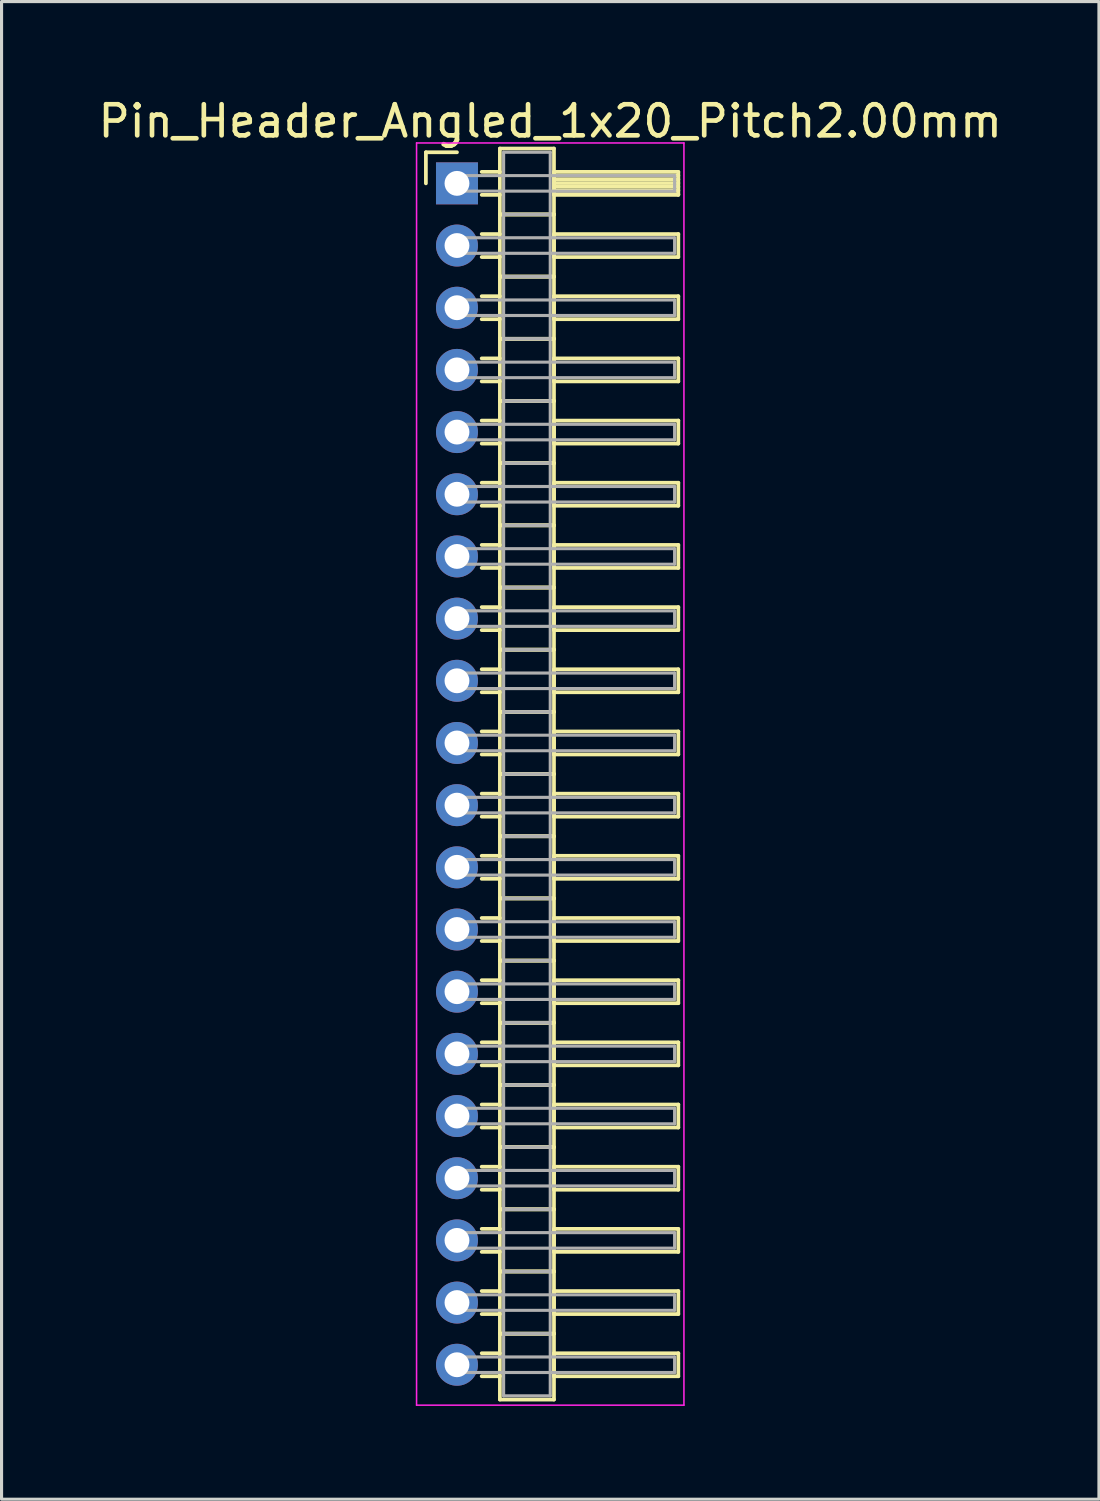
<source format=kicad_pcb>
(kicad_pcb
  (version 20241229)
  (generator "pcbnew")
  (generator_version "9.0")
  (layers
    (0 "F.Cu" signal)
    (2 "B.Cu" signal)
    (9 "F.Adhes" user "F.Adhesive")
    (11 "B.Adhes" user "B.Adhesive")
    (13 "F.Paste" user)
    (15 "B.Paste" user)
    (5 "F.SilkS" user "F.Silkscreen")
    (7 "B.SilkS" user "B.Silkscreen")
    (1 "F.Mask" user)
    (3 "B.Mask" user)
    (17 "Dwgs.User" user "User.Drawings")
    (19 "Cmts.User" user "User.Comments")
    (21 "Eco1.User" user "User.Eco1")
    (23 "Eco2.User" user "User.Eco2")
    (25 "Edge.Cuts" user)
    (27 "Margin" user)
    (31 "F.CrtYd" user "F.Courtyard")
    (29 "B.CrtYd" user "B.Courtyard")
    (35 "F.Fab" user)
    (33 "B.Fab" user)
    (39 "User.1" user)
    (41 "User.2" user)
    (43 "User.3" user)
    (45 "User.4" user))
  (footprint "Pin_Header_Angled_1x20_Pitch2.00mm"
    (layer "F.Cu")
    (at 11.649 2.848)
    (property "Reference" "Pin_Header_Angled_1x20_Pitch2.00mm" (at 3 -2 0) (layer "F.SilkS") (effects (font (size 1 1) (thickness 0.15))))
    (attr through_hole)
    (fp_line (start -1 -1) (end 0 -1) (stroke (width 0.12) (type solid)) (layer "F.SilkS"))
    (fp_line (start -1 0) (end -1 -1) (stroke (width 0.12) (type solid)) (layer "F.SilkS"))
    (fp_line (start 0.795 -0.37) (end 1.38 -0.37) (stroke (width 0.12) (type solid)) (layer "F.SilkS"))
    (fp_line (start 0.795 0.37) (end 1.38 0.37) (stroke (width 0.12) (type solid)) (layer "F.SilkS"))
    (fp_line (start 0.795 1.63) (end 1.38 1.63) (stroke (width 0.12) (type solid)) (layer "F.SilkS"))
    (fp_line (start 0.795 2.37) (end 1.38 2.37) (stroke (width 0.12) (type solid)) (layer "F.SilkS"))
    (fp_line (start 0.795 3.63) (end 1.38 3.63) (stroke (width 0.12) (type solid)) (layer "F.SilkS"))
    (fp_line (start 0.795 4.37) (end 1.38 4.37) (stroke (width 0.12) (type solid)) (layer "F.SilkS"))
    (fp_line (start 0.795 5.63) (end 1.38 5.63) (stroke (width 0.12) (type solid)) (layer "F.SilkS"))
    (fp_line (start 0.795 6.37) (end 1.38 6.37) (stroke (width 0.12) (type solid)) (layer "F.SilkS"))
    (fp_line (start 0.795 7.63) (end 1.38 7.63) (stroke (width 0.12) (type solid)) (layer "F.SilkS"))
    (fp_line (start 0.795 8.37) (end 1.38 8.37) (stroke (width 0.12) (type solid)) (layer "F.SilkS"))
    (fp_line (start 0.795 9.63) (end 1.38 9.63) (stroke (width 0.12) (type solid)) (layer "F.SilkS"))
    (fp_line (start 0.795 10.37) (end 1.38 10.37) (stroke (width 0.12) (type solid)) (layer "F.SilkS"))
    (fp_line (start 0.795 11.63) (end 1.38 11.63) (stroke (width 0.12) (type solid)) (layer "F.SilkS"))
    (fp_line (start 0.795 12.37) (end 1.38 12.37) (stroke (width 0.12) (type solid)) (layer "F.SilkS"))
    (fp_line (start 0.795 13.63) (end 1.38 13.63) (stroke (width 0.12) (type solid)) (layer "F.SilkS"))
    (fp_line (start 0.795 14.37) (end 1.38 14.37) (stroke (width 0.12) (type solid)) (layer "F.SilkS"))
    (fp_line (start 0.795 15.63) (end 1.38 15.63) (stroke (width 0.12) (type solid)) (layer "F.SilkS"))
    (fp_line (start 0.795 16.37) (end 1.38 16.37) (stroke (width 0.12) (type solid)) (layer "F.SilkS"))
    (fp_line (start 0.795 17.63) (end 1.38 17.63) (stroke (width 0.12) (type solid)) (layer "F.SilkS"))
    (fp_line (start 0.795 18.37) (end 1.38 18.37) (stroke (width 0.12) (type solid)) (layer "F.SilkS"))
    (fp_line (start 0.795 19.63) (end 1.38 19.63) (stroke (width 0.12) (type solid)) (layer "F.SilkS"))
    (fp_line (start 0.795 20.37) (end 1.38 20.37) (stroke (width 0.12) (type solid)) (layer "F.SilkS"))
    (fp_line (start 0.795 21.63) (end 1.38 21.63) (stroke (width 0.12) (type solid)) (layer "F.SilkS"))
    (fp_line (start 0.795 22.37) (end 1.38 22.37) (stroke (width 0.12) (type solid)) (layer "F.SilkS"))
    (fp_line (start 0.795 23.63) (end 1.38 23.63) (stroke (width 0.12) (type solid)) (layer "F.SilkS"))
    (fp_line (start 0.795 24.37) (end 1.38 24.37) (stroke (width 0.12) (type solid)) (layer "F.SilkS"))
    (fp_line (start 0.795 25.63) (end 1.38 25.63) (stroke (width 0.12) (type solid)) (layer "F.SilkS"))
    (fp_line (start 0.795 26.37) (end 1.38 26.37) (stroke (width 0.12) (type solid)) (layer "F.SilkS"))
    (fp_line (start 0.795 27.63) (end 1.38 27.63) (stroke (width 0.12) (type solid)) (layer "F.SilkS"))
    (fp_line (start 0.795 28.37) (end 1.38 28.37) (stroke (width 0.12) (type solid)) (layer "F.SilkS"))
    (fp_line (start 0.795 29.63) (end 1.38 29.63) (stroke (width 0.12) (type solid)) (layer "F.SilkS"))
    (fp_line (start 0.795 30.37) (end 1.38 30.37) (stroke (width 0.12) (type solid)) (layer "F.SilkS"))
    (fp_line (start 0.795 31.63) (end 1.38 31.63) (stroke (width 0.12) (type solid)) (layer "F.SilkS"))
    (fp_line (start 0.795 32.37) (end 1.38 32.37) (stroke (width 0.12) (type solid)) (layer "F.SilkS"))
    (fp_line (start 0.795 33.63) (end 1.38 33.63) (stroke (width 0.12) (type solid)) (layer "F.SilkS"))
    (fp_line (start 0.795 34.37) (end 1.38 34.37) (stroke (width 0.12) (type solid)) (layer "F.SilkS"))
    (fp_line (start 0.795 35.63) (end 1.38 35.63) (stroke (width 0.12) (type solid)) (layer "F.SilkS"))
    (fp_line (start 0.795 36.37) (end 1.38 36.37) (stroke (width 0.12) (type solid)) (layer "F.SilkS"))
    (fp_line (start 0.795 37.63) (end 1.38 37.63) (stroke (width 0.12) (type solid)) (layer "F.SilkS"))
    (fp_line (start 0.795 38.37) (end 1.38 38.37) (stroke (width 0.12) (type solid)) (layer "F.SilkS"))
    (fp_line (start 1.38 -1.12) (end 1.38 1) (stroke (width 0.12) (type solid)) (layer "F.SilkS"))
    (fp_line (start 1.38 1) (end 1.38 3) (stroke (width 0.12) (type solid)) (layer "F.SilkS"))
    (fp_line (start 1.38 1) (end 3.12 1) (stroke (width 0.12) (type solid)) (layer "F.SilkS"))
    (fp_line (start 1.38 3) (end 1.38 5) (stroke (width 0.12) (type solid)) (layer "F.SilkS"))
    (fp_line (start 1.38 3) (end 3.12 3) (stroke (width 0.12) (type solid)) (layer "F.SilkS"))
    (fp_line (start 1.38 5) (end 1.38 7) (stroke (width 0.12) (type solid)) (layer "F.SilkS"))
    (fp_line (start 1.38 5) (end 3.12 5) (stroke (width 0.12) (type solid)) (layer "F.SilkS"))
    (fp_line (start 1.38 7) (end 1.38 9) (stroke (width 0.12) (type solid)) (layer "F.SilkS"))
    (fp_line (start 1.38 7) (end 3.12 7) (stroke (width 0.12) (type solid)) (layer "F.SilkS"))
    (fp_line (start 1.38 9) (end 1.38 11) (stroke (width 0.12) (type solid)) (layer "F.SilkS"))
    (fp_line (start 1.38 9) (end 3.12 9) (stroke (width 0.12) (type solid)) (layer "F.SilkS"))
    (fp_line (start 1.38 11) (end 1.38 13) (stroke (width 0.12) (type solid)) (layer "F.SilkS"))
    (fp_line (start 1.38 11) (end 3.12 11) (stroke (width 0.12) (type solid)) (layer "F.SilkS"))
    (fp_line (start 1.38 13) (end 1.38 15) (stroke (width 0.12) (type solid)) (layer "F.SilkS"))
    (fp_line (start 1.38 13) (end 3.12 13) (stroke (width 0.12) (type solid)) (layer "F.SilkS"))
    (fp_line (start 1.38 15) (end 1.38 17) (stroke (width 0.12) (type solid)) (layer "F.SilkS"))
    (fp_line (start 1.38 15) (end 3.12 15) (stroke (width 0.12) (type solid)) (layer "F.SilkS"))
    (fp_line (start 1.38 17) (end 1.38 19) (stroke (width 0.12) (type solid)) (layer "F.SilkS"))
    (fp_line (start 1.38 17) (end 3.12 17) (stroke (width 0.12) (type solid)) (layer "F.SilkS"))
    (fp_line (start 1.38 19) (end 1.38 21) (stroke (width 0.12) (type solid)) (layer "F.SilkS"))
    (fp_line (start 1.38 19) (end 3.12 19) (stroke (width 0.12) (type solid)) (layer "F.SilkS"))
    (fp_line (start 1.38 21) (end 1.38 23) (stroke (width 0.12) (type solid)) (layer "F.SilkS"))
    (fp_line (start 1.38 21) (end 3.12 21) (stroke (width 0.12) (type solid)) (layer "F.SilkS"))
    (fp_line (start 1.38 23) (end 1.38 25) (stroke (width 0.12) (type solid)) (layer "F.SilkS"))
    (fp_line (start 1.38 23) (end 3.12 23) (stroke (width 0.12) (type solid)) (layer "F.SilkS"))
    (fp_line (start 1.38 25) (end 1.38 27) (stroke (width 0.12) (type solid)) (layer "F.SilkS"))
    (fp_line (start 1.38 25) (end 3.12 25) (stroke (width 0.12) (type solid)) (layer "F.SilkS"))
    (fp_line (start 1.38 27) (end 1.38 29) (stroke (width 0.12) (type solid)) (layer "F.SilkS"))
    (fp_line (start 1.38 27) (end 3.12 27) (stroke (width 0.12) (type solid)) (layer "F.SilkS"))
    (fp_line (start 1.38 29) (end 1.38 31) (stroke (width 0.12) (type solid)) (layer "F.SilkS"))
    (fp_line (start 1.38 29) (end 3.12 29) (stroke (width 0.12) (type solid)) (layer "F.SilkS"))
    (fp_line (start 1.38 31) (end 1.38 33) (stroke (width 0.12) (type solid)) (layer "F.SilkS"))
    (fp_line (start 1.38 31) (end 3.12 31) (stroke (width 0.12) (type solid)) (layer "F.SilkS"))
    (fp_line (start 1.38 33) (end 1.38 35) (stroke (width 0.12) (type solid)) (layer "F.SilkS"))
    (fp_line (start 1.38 33) (end 3.12 33) (stroke (width 0.12) (type solid)) (layer "F.SilkS"))
    (fp_line (start 1.38 35) (end 1.38 37) (stroke (width 0.12) (type solid)) (layer "F.SilkS"))
    (fp_line (start 1.38 35) (end 3.12 35) (stroke (width 0.12) (type solid)) (layer "F.SilkS"))
    (fp_line (start 1.38 37) (end 1.38 39.12) (stroke (width 0.12) (type solid)) (layer "F.SilkS"))
    (fp_line (start 1.38 37) (end 3.12 37) (stroke (width 0.12) (type solid)) (layer "F.SilkS"))
    (fp_line (start 1.38 39.12) (end 3.12 39.12) (stroke (width 0.12) (type solid)) (layer "F.SilkS"))
    (fp_line (start 3.12 -1.12) (end 1.38 -1.12) (stroke (width 0.12) (type solid)) (layer "F.SilkS"))
    (fp_line (start 3.12 -0.37) (end 3.12 0.37) (stroke (width 0.12) (type solid)) (layer "F.SilkS"))
    (fp_line (start 3.12 -0.25) (end 7.12 -0.25) (stroke (width 0.12) (type solid)) (layer "F.SilkS"))
    (fp_line (start 3.12 -0.13) (end 7.12 -0.13) (stroke (width 0.12) (type solid)) (layer "F.SilkS"))
    (fp_line (start 3.12 -0.01) (end 7.12 -0.01) (stroke (width 0.12) (type solid)) (layer "F.SilkS"))
    (fp_line (start 3.12 0.11) (end 7.12 0.11) (stroke (width 0.12) (type solid)) (layer "F.SilkS"))
    (fp_line (start 3.12 0.23) (end 7.12 0.23) (stroke (width 0.12) (type solid)) (layer "F.SilkS"))
    (fp_line (start 3.12 0.35) (end 7.12 0.35) (stroke (width 0.12) (type solid)) (layer "F.SilkS"))
    (fp_line (start 3.12 0.37) (end 7.12 0.37) (stroke (width 0.12) (type solid)) (layer "F.SilkS"))
    (fp_line (start 3.12 1) (end 1.38 1) (stroke (width 0.12) (type solid)) (layer "F.SilkS"))
    (fp_line (start 3.12 1) (end 3.12 -1.12) (stroke (width 0.12) (type solid)) (layer "F.SilkS"))
    (fp_line (start 3.12 1.63) (end 3.12 2.37) (stroke (width 0.12) (type solid)) (layer "F.SilkS"))
    (fp_line (start 3.12 2.37) (end 7.12 2.37) (stroke (width 0.12) (type solid)) (layer "F.SilkS"))
    (fp_line (start 3.12 3) (end 1.38 3) (stroke (width 0.12) (type solid)) (layer "F.SilkS"))
    (fp_line (start 3.12 3) (end 3.12 1) (stroke (width 0.12) (type solid)) (layer "F.SilkS"))
    (fp_line (start 3.12 3.63) (end 3.12 4.37) (stroke (width 0.12) (type solid)) (layer "F.SilkS"))
    (fp_line (start 3.12 4.37) (end 7.12 4.37) (stroke (width 0.12) (type solid)) (layer "F.SilkS"))
    (fp_line (start 3.12 5) (end 1.38 5) (stroke (width 0.12) (type solid)) (layer "F.SilkS"))
    (fp_line (start 3.12 5) (end 3.12 3) (stroke (width 0.12) (type solid)) (layer "F.SilkS"))
    (fp_line (start 3.12 5.63) (end 3.12 6.37) (stroke (width 0.12) (type solid)) (layer "F.SilkS"))
    (fp_line (start 3.12 6.37) (end 7.12 6.37) (stroke (width 0.12) (type solid)) (layer "F.SilkS"))
    (fp_line (start 3.12 7) (end 1.38 7) (stroke (width 0.12) (type solid)) (layer "F.SilkS"))
    (fp_line (start 3.12 7) (end 3.12 5) (stroke (width 0.12) (type solid)) (layer "F.SilkS"))
    (fp_line (start 3.12 7.63) (end 3.12 8.37) (stroke (width 0.12) (type solid)) (layer "F.SilkS"))
    (fp_line (start 3.12 8.37) (end 7.12 8.37) (stroke (width 0.12) (type solid)) (layer "F.SilkS"))
    (fp_line (start 3.12 9) (end 1.38 9) (stroke (width 0.12) (type solid)) (layer "F.SilkS"))
    (fp_line (start 3.12 9) (end 3.12 7) (stroke (width 0.12) (type solid)) (layer "F.SilkS"))
    (fp_line (start 3.12 9.63) (end 3.12 10.37) (stroke (width 0.12) (type solid)) (layer "F.SilkS"))
    (fp_line (start 3.12 10.37) (end 7.12 10.37) (stroke (width 0.12) (type solid)) (layer "F.SilkS"))
    (fp_line (start 3.12 11) (end 1.38 11) (stroke (width 0.12) (type solid)) (layer "F.SilkS"))
    (fp_line (start 3.12 11) (end 3.12 9) (stroke (width 0.12) (type solid)) (layer "F.SilkS"))
    (fp_line (start 3.12 11.63) (end 3.12 12.37) (stroke (width 0.12) (type solid)) (layer "F.SilkS"))
    (fp_line (start 3.12 12.37) (end 7.12 12.37) (stroke (width 0.12) (type solid)) (layer "F.SilkS"))
    (fp_line (start 3.12 13) (end 1.38 13) (stroke (width 0.12) (type solid)) (layer "F.SilkS"))
    (fp_line (start 3.12 13) (end 3.12 11) (stroke (width 0.12) (type solid)) (layer "F.SilkS"))
    (fp_line (start 3.12 13.63) (end 3.12 14.37) (stroke (width 0.12) (type solid)) (layer "F.SilkS"))
    (fp_line (start 3.12 14.37) (end 7.12 14.37) (stroke (width 0.12) (type solid)) (layer "F.SilkS"))
    (fp_line (start 3.12 15) (end 1.38 15) (stroke (width 0.12) (type solid)) (layer "F.SilkS"))
    (fp_line (start 3.12 15) (end 3.12 13) (stroke (width 0.12) (type solid)) (layer "F.SilkS"))
    (fp_line (start 3.12 15.63) (end 3.12 16.37) (stroke (width 0.12) (type solid)) (layer "F.SilkS"))
    (fp_line (start 3.12 16.37) (end 7.12 16.37) (stroke (width 0.12) (type solid)) (layer "F.SilkS"))
    (fp_line (start 3.12 17) (end 1.38 17) (stroke (width 0.12) (type solid)) (layer "F.SilkS"))
    (fp_line (start 3.12 17) (end 3.12 15) (stroke (width 0.12) (type solid)) (layer "F.SilkS"))
    (fp_line (start 3.12 17.63) (end 3.12 18.37) (stroke (width 0.12) (type solid)) (layer "F.SilkS"))
    (fp_line (start 3.12 18.37) (end 7.12 18.37) (stroke (width 0.12) (type solid)) (layer "F.SilkS"))
    (fp_line (start 3.12 19) (end 1.38 19) (stroke (width 0.12) (type solid)) (layer "F.SilkS"))
    (fp_line (start 3.12 19) (end 3.12 17) (stroke (width 0.12) (type solid)) (layer "F.SilkS"))
    (fp_line (start 3.12 19.63) (end 3.12 20.37) (stroke (width 0.12) (type solid)) (layer "F.SilkS"))
    (fp_line (start 3.12 20.37) (end 7.12 20.37) (stroke (width 0.12) (type solid)) (layer "F.SilkS"))
    (fp_line (start 3.12 21) (end 1.38 21) (stroke (width 0.12) (type solid)) (layer "F.SilkS"))
    (fp_line (start 3.12 21) (end 3.12 19) (stroke (width 0.12) (type solid)) (layer "F.SilkS"))
    (fp_line (start 3.12 21.63) (end 3.12 22.37) (stroke (width 0.12) (type solid)) (layer "F.SilkS"))
    (fp_line (start 3.12 22.37) (end 7.12 22.37) (stroke (width 0.12) (type solid)) (layer "F.SilkS"))
    (fp_line (start 3.12 23) (end 1.38 23) (stroke (width 0.12) (type solid)) (layer "F.SilkS"))
    (fp_line (start 3.12 23) (end 3.12 21) (stroke (width 0.12) (type solid)) (layer "F.SilkS"))
    (fp_line (start 3.12 23.63) (end 3.12 24.37) (stroke (width 0.12) (type solid)) (layer "F.SilkS"))
    (fp_line (start 3.12 24.37) (end 7.12 24.37) (stroke (width 0.12) (type solid)) (layer "F.SilkS"))
    (fp_line (start 3.12 25) (end 1.38 25) (stroke (width 0.12) (type solid)) (layer "F.SilkS"))
    (fp_line (start 3.12 25) (end 3.12 23) (stroke (width 0.12) (type solid)) (layer "F.SilkS"))
    (fp_line (start 3.12 25.63) (end 3.12 26.37) (stroke (width 0.12) (type solid)) (layer "F.SilkS"))
    (fp_line (start 3.12 26.37) (end 7.12 26.37) (stroke (width 0.12) (type solid)) (layer "F.SilkS"))
    (fp_line (start 3.12 27) (end 1.38 27) (stroke (width 0.12) (type solid)) (layer "F.SilkS"))
    (fp_line (start 3.12 27) (end 3.12 25) (stroke (width 0.12) (type solid)) (layer "F.SilkS"))
    (fp_line (start 3.12 27.63) (end 3.12 28.37) (stroke (width 0.12) (type solid)) (layer "F.SilkS"))
    (fp_line (start 3.12 28.37) (end 7.12 28.37) (stroke (width 0.12) (type solid)) (layer "F.SilkS"))
    (fp_line (start 3.12 29) (end 1.38 29) (stroke (width 0.12) (type solid)) (layer "F.SilkS"))
    (fp_line (start 3.12 29) (end 3.12 27) (stroke (width 0.12) (type solid)) (layer "F.SilkS"))
    (fp_line (start 3.12 29.63) (end 3.12 30.37) (stroke (width 0.12) (type solid)) (layer "F.SilkS"))
    (fp_line (start 3.12 30.37) (end 7.12 30.37) (stroke (width 0.12) (type solid)) (layer "F.SilkS"))
    (fp_line (start 3.12 31) (end 1.38 31) (stroke (width 0.12) (type solid)) (layer "F.SilkS"))
    (fp_line (start 3.12 31) (end 3.12 29) (stroke (width 0.12) (type solid)) (layer "F.SilkS"))
    (fp_line (start 3.12 31.63) (end 3.12 32.37) (stroke (width 0.12) (type solid)) (layer "F.SilkS"))
    (fp_line (start 3.12 32.37) (end 7.12 32.37) (stroke (width 0.12) (type solid)) (layer "F.SilkS"))
    (fp_line (start 3.12 33) (end 1.38 33) (stroke (width 0.12) (type solid)) (layer "F.SilkS"))
    (fp_line (start 3.12 33) (end 3.12 31) (stroke (width 0.12) (type solid)) (layer "F.SilkS"))
    (fp_line (start 3.12 33.63) (end 3.12 34.37) (stroke (width 0.12) (type solid)) (layer "F.SilkS"))
    (fp_line (start 3.12 34.37) (end 7.12 34.37) (stroke (width 0.12) (type solid)) (layer "F.SilkS"))
    (fp_line (start 3.12 35) (end 1.38 35) (stroke (width 0.12) (type solid)) (layer "F.SilkS"))
    (fp_line (start 3.12 35) (end 3.12 33) (stroke (width 0.12) (type solid)) (layer "F.SilkS"))
    (fp_line (start 3.12 35.63) (end 3.12 36.37) (stroke (width 0.12) (type solid)) (layer "F.SilkS"))
    (fp_line (start 3.12 36.37) (end 7.12 36.37) (stroke (width 0.12) (type solid)) (layer "F.SilkS"))
    (fp_line (start 3.12 37) (end 1.38 37) (stroke (width 0.12) (type solid)) (layer "F.SilkS"))
    (fp_line (start 3.12 37) (end 3.12 35) (stroke (width 0.12) (type solid)) (layer "F.SilkS"))
    (fp_line (start 3.12 37.63) (end 3.12 38.37) (stroke (width 0.12) (type solid)) (layer "F.SilkS"))
    (fp_line (start 3.12 38.37) (end 7.12 38.37) (stroke (width 0.12) (type solid)) (layer "F.SilkS"))
    (fp_line (start 3.12 39.12) (end 3.12 37) (stroke (width 0.12) (type solid)) (layer "F.SilkS"))
    (fp_line (start 7.12 -0.37) (end 3.12 -0.37) (stroke (width 0.12) (type solid)) (layer "F.SilkS"))
    (fp_line (start 7.12 0.37) (end 7.12 -0.37) (stroke (width 0.12) (type solid)) (layer "F.SilkS"))
    (fp_line (start 7.12 1.63) (end 3.12 1.63) (stroke (width 0.12) (type solid)) (layer "F.SilkS"))
    (fp_line (start 7.12 2.37) (end 7.12 1.63) (stroke (width 0.12) (type solid)) (layer "F.SilkS"))
    (fp_line (start 7.12 3.63) (end 3.12 3.63) (stroke (width 0.12) (type solid)) (layer "F.SilkS"))
    (fp_line (start 7.12 4.37) (end 7.12 3.63) (stroke (width 0.12) (type solid)) (layer "F.SilkS"))
    (fp_line (start 7.12 5.63) (end 3.12 5.63) (stroke (width 0.12) (type solid)) (layer "F.SilkS"))
    (fp_line (start 7.12 6.37) (end 7.12 5.63) (stroke (width 0.12) (type solid)) (layer "F.SilkS"))
    (fp_line (start 7.12 7.63) (end 3.12 7.63) (stroke (width 0.12) (type solid)) (layer "F.SilkS"))
    (fp_line (start 7.12 8.37) (end 7.12 7.63) (stroke (width 0.12) (type solid)) (layer "F.SilkS"))
    (fp_line (start 7.12 9.63) (end 3.12 9.63) (stroke (width 0.12) (type solid)) (layer "F.SilkS"))
    (fp_line (start 7.12 10.37) (end 7.12 9.63) (stroke (width 0.12) (type solid)) (layer "F.SilkS"))
    (fp_line (start 7.12 11.63) (end 3.12 11.63) (stroke (width 0.12) (type solid)) (layer "F.SilkS"))
    (fp_line (start 7.12 12.37) (end 7.12 11.63) (stroke (width 0.12) (type solid)) (layer "F.SilkS"))
    (fp_line (start 7.12 13.63) (end 3.12 13.63) (stroke (width 0.12) (type solid)) (layer "F.SilkS"))
    (fp_line (start 7.12 14.37) (end 7.12 13.63) (stroke (width 0.12) (type solid)) (layer "F.SilkS"))
    (fp_line (start 7.12 15.63) (end 3.12 15.63) (stroke (width 0.12) (type solid)) (layer "F.SilkS"))
    (fp_line (start 7.12 16.37) (end 7.12 15.63) (stroke (width 0.12) (type solid)) (layer "F.SilkS"))
    (fp_line (start 7.12 17.63) (end 3.12 17.63) (stroke (width 0.12) (type solid)) (layer "F.SilkS"))
    (fp_line (start 7.12 18.37) (end 7.12 17.63) (stroke (width 0.12) (type solid)) (layer "F.SilkS"))
    (fp_line (start 7.12 19.63) (end 3.12 19.63) (stroke (width 0.12) (type solid)) (layer "F.SilkS"))
    (fp_line (start 7.12 20.37) (end 7.12 19.63) (stroke (width 0.12) (type solid)) (layer "F.SilkS"))
    (fp_line (start 7.12 21.63) (end 3.12 21.63) (stroke (width 0.12) (type solid)) (layer "F.SilkS"))
    (fp_line (start 7.12 22.37) (end 7.12 21.63) (stroke (width 0.12) (type solid)) (layer "F.SilkS"))
    (fp_line (start 7.12 23.63) (end 3.12 23.63) (stroke (width 0.12) (type solid)) (layer "F.SilkS"))
    (fp_line (start 7.12 24.37) (end 7.12 23.63) (stroke (width 0.12) (type solid)) (layer "F.SilkS"))
    (fp_line (start 7.12 25.63) (end 3.12 25.63) (stroke (width 0.12) (type solid)) (layer "F.SilkS"))
    (fp_line (start 7.12 26.37) (end 7.12 25.63) (stroke (width 0.12) (type solid)) (layer "F.SilkS"))
    (fp_line (start 7.12 27.63) (end 3.12 27.63) (stroke (width 0.12) (type solid)) (layer "F.SilkS"))
    (fp_line (start 7.12 28.37) (end 7.12 27.63) (stroke (width 0.12) (type solid)) (layer "F.SilkS"))
    (fp_line (start 7.12 29.63) (end 3.12 29.63) (stroke (width 0.12) (type solid)) (layer "F.SilkS"))
    (fp_line (start 7.12 30.37) (end 7.12 29.63) (stroke (width 0.12) (type solid)) (layer "F.SilkS"))
    (fp_line (start 7.12 31.63) (end 3.12 31.63) (stroke (width 0.12) (type solid)) (layer "F.SilkS"))
    (fp_line (start 7.12 32.37) (end 7.12 31.63) (stroke (width 0.12) (type solid)) (layer "F.SilkS"))
    (fp_line (start 7.12 33.63) (end 3.12 33.63) (stroke (width 0.12) (type solid)) (layer "F.SilkS"))
    (fp_line (start 7.12 34.37) (end 7.12 33.63) (stroke (width 0.12) (type solid)) (layer "F.SilkS"))
    (fp_line (start 7.12 35.63) (end 3.12 35.63) (stroke (width 0.12) (type solid)) (layer "F.SilkS"))
    (fp_line (start 7.12 36.37) (end 7.12 35.63) (stroke (width 0.12) (type solid)) (layer "F.SilkS"))
    (fp_line (start 7.12 37.63) (end 3.12 37.63) (stroke (width 0.12) (type solid)) (layer "F.SilkS"))
    (fp_line (start 7.12 38.37) (end 7.12 37.63) (stroke (width 0.12) (type solid)) (layer "F.SilkS"))
    (fp_line (start -1.3 -1.3) (end -1.3 39.3) (stroke (width 0.05) (type solid)) (layer "F.CrtYd"))
    (fp_line (start -1.3 39.3) (end 7.3 39.3) (stroke (width 0.05) (type solid)) (layer "F.CrtYd"))
    (fp_line (start 7.3 -1.3) (end -1.3 -1.3) (stroke (width 0.05) (type solid)) (layer "F.CrtYd"))
    (fp_line (start 7.3 39.3) (end 7.3 -1.3) (stroke (width 0.05) (type solid)) (layer "F.CrtYd"))
    (fp_line (start 0 -0.25) (end 0 0.25) (stroke (width 0.1) (type solid)) (layer "F.Fab"))
    (fp_line (start 0 0.25) (end 7 0.25) (stroke (width 0.1) (type solid)) (layer "F.Fab"))
    (fp_line (start 0 1.75) (end 0 2.25) (stroke (width 0.1) (type solid)) (layer "F.Fab"))
    (fp_line (start 0 2.25) (end 7 2.25) (stroke (width 0.1) (type solid)) (layer "F.Fab"))
    (fp_line (start 0 3.75) (end 0 4.25) (stroke (width 0.1) (type solid)) (layer "F.Fab"))
    (fp_line (start 0 4.25) (end 7 4.25) (stroke (width 0.1) (type solid)) (layer "F.Fab"))
    (fp_line (start 0 5.75) (end 0 6.25) (stroke (width 0.1) (type solid)) (layer "F.Fab"))
    (fp_line (start 0 6.25) (end 7 6.25) (stroke (width 0.1) (type solid)) (layer "F.Fab"))
    (fp_line (start 0 7.75) (end 0 8.25) (stroke (width 0.1) (type solid)) (layer "F.Fab"))
    (fp_line (start 0 8.25) (end 7 8.25) (stroke (width 0.1) (type solid)) (layer "F.Fab"))
    (fp_line (start 0 9.75) (end 0 10.25) (stroke (width 0.1) (type solid)) (layer "F.Fab"))
    (fp_line (start 0 10.25) (end 7 10.25) (stroke (width 0.1) (type solid)) (layer "F.Fab"))
    (fp_line (start 0 11.75) (end 0 12.25) (stroke (width 0.1) (type solid)) (layer "F.Fab"))
    (fp_line (start 0 12.25) (end 7 12.25) (stroke (width 0.1) (type solid)) (layer "F.Fab"))
    (fp_line (start 0 13.75) (end 0 14.25) (stroke (width 0.1) (type solid)) (layer "F.Fab"))
    (fp_line (start 0 14.25) (end 7 14.25) (stroke (width 0.1) (type solid)) (layer "F.Fab"))
    (fp_line (start 0 15.75) (end 0 16.25) (stroke (width 0.1) (type solid)) (layer "F.Fab"))
    (fp_line (start 0 16.25) (end 7 16.25) (stroke (width 0.1) (type solid)) (layer "F.Fab"))
    (fp_line (start 0 17.75) (end 0 18.25) (stroke (width 0.1) (type solid)) (layer "F.Fab"))
    (fp_line (start 0 18.25) (end 7 18.25) (stroke (width 0.1) (type solid)) (layer "F.Fab"))
    (fp_line (start 0 19.75) (end 0 20.25) (stroke (width 0.1) (type solid)) (layer "F.Fab"))
    (fp_line (start 0 20.25) (end 7 20.25) (stroke (width 0.1) (type solid)) (layer "F.Fab"))
    (fp_line (start 0 21.75) (end 0 22.25) (stroke (width 0.1) (type solid)) (layer "F.Fab"))
    (fp_line (start 0 22.25) (end 7 22.25) (stroke (width 0.1) (type solid)) (layer "F.Fab"))
    (fp_line (start 0 23.75) (end 0 24.25) (stroke (width 0.1) (type solid)) (layer "F.Fab"))
    (fp_line (start 0 24.25) (end 7 24.25) (stroke (width 0.1) (type solid)) (layer "F.Fab"))
    (fp_line (start 0 25.75) (end 0 26.25) (stroke (width 0.1) (type solid)) (layer "F.Fab"))
    (fp_line (start 0 26.25) (end 7 26.25) (stroke (width 0.1) (type solid)) (layer "F.Fab"))
    (fp_line (start 0 27.75) (end 0 28.25) (stroke (width 0.1) (type solid)) (layer "F.Fab"))
    (fp_line (start 0 28.25) (end 7 28.25) (stroke (width 0.1) (type solid)) (layer "F.Fab"))
    (fp_line (start 0 29.75) (end 0 30.25) (stroke (width 0.1) (type solid)) (layer "F.Fab"))
    (fp_line (start 0 30.25) (end 7 30.25) (stroke (width 0.1) (type solid)) (layer "F.Fab"))
    (fp_line (start 0 31.75) (end 0 32.25) (stroke (width 0.1) (type solid)) (layer "F.Fab"))
    (fp_line (start 0 32.25) (end 7 32.25) (stroke (width 0.1) (type solid)) (layer "F.Fab"))
    (fp_line (start 0 33.75) (end 0 34.25) (stroke (width 0.1) (type solid)) (layer "F.Fab"))
    (fp_line (start 0 34.25) (end 7 34.25) (stroke (width 0.1) (type solid)) (layer "F.Fab"))
    (fp_line (start 0 35.75) (end 0 36.25) (stroke (width 0.1) (type solid)) (layer "F.Fab"))
    (fp_line (start 0 36.25) (end 7 36.25) (stroke (width 0.1) (type solid)) (layer "F.Fab"))
    (fp_line (start 0 37.75) (end 0 38.25) (stroke (width 0.1) (type solid)) (layer "F.Fab"))
    (fp_line (start 0 38.25) (end 7 38.25) (stroke (width 0.1) (type solid)) (layer "F.Fab"))
    (fp_line (start 1.5 -1) (end 1.5 1) (stroke (width 0.1) (type solid)) (layer "F.Fab"))
    (fp_line (start 1.5 1) (end 1.5 3) (stroke (width 0.1) (type solid)) (layer "F.Fab"))
    (fp_line (start 1.5 1) (end 3 1) (stroke (width 0.1) (type solid)) (layer "F.Fab"))
    (fp_line (start 1.5 3) (end 1.5 5) (stroke (width 0.1) (type solid)) (layer "F.Fab"))
    (fp_line (start 1.5 3) (end 3 3) (stroke (width 0.1) (type solid)) (layer "F.Fab"))
    (fp_line (start 1.5 5) (end 1.5 7) (stroke (width 0.1) (type solid)) (layer "F.Fab"))
    (fp_line (start 1.5 5) (end 3 5) (stroke (width 0.1) (type solid)) (layer "F.Fab"))
    (fp_line (start 1.5 7) (end 1.5 9) (stroke (width 0.1) (type solid)) (layer "F.Fab"))
    (fp_line (start 1.5 7) (end 3 7) (stroke (width 0.1) (type solid)) (layer "F.Fab"))
    (fp_line (start 1.5 9) (end 1.5 11) (stroke (width 0.1) (type solid)) (layer "F.Fab"))
    (fp_line (start 1.5 9) (end 3 9) (stroke (width 0.1) (type solid)) (layer "F.Fab"))
    (fp_line (start 1.5 11) (end 1.5 13) (stroke (width 0.1) (type solid)) (layer "F.Fab"))
    (fp_line (start 1.5 11) (end 3 11) (stroke (width 0.1) (type solid)) (layer "F.Fab"))
    (fp_line (start 1.5 13) (end 1.5 15) (stroke (width 0.1) (type solid)) (layer "F.Fab"))
    (fp_line (start 1.5 13) (end 3 13) (stroke (width 0.1) (type solid)) (layer "F.Fab"))
    (fp_line (start 1.5 15) (end 1.5 17) (stroke (width 0.1) (type solid)) (layer "F.Fab"))
    (fp_line (start 1.5 15) (end 3 15) (stroke (width 0.1) (type solid)) (layer "F.Fab"))
    (fp_line (start 1.5 17) (end 1.5 19) (stroke (width 0.1) (type solid)) (layer "F.Fab"))
    (fp_line (start 1.5 17) (end 3 17) (stroke (width 0.1) (type solid)) (layer "F.Fab"))
    (fp_line (start 1.5 19) (end 1.5 21) (stroke (width 0.1) (type solid)) (layer "F.Fab"))
    (fp_line (start 1.5 19) (end 3 19) (stroke (width 0.1) (type solid)) (layer "F.Fab"))
    (fp_line (start 1.5 21) (end 1.5 23) (stroke (width 0.1) (type solid)) (layer "F.Fab"))
    (fp_line (start 1.5 21) (end 3 21) (stroke (width 0.1) (type solid)) (layer "F.Fab"))
    (fp_line (start 1.5 23) (end 1.5 25) (stroke (width 0.1) (type solid)) (layer "F.Fab"))
    (fp_line (start 1.5 23) (end 3 23) (stroke (width 0.1) (type solid)) (layer "F.Fab"))
    (fp_line (start 1.5 25) (end 1.5 27) (stroke (width 0.1) (type solid)) (layer "F.Fab"))
    (fp_line (start 1.5 25) (end 3 25) (stroke (width 0.1) (type solid)) (layer "F.Fab"))
    (fp_line (start 1.5 27) (end 1.5 29) (stroke (width 0.1) (type solid)) (layer "F.Fab"))
    (fp_line (start 1.5 27) (end 3 27) (stroke (width 0.1) (type solid)) (layer "F.Fab"))
    (fp_line (start 1.5 29) (end 1.5 31) (stroke (width 0.1) (type solid)) (layer "F.Fab"))
    (fp_line (start 1.5 29) (end 3 29) (stroke (width 0.1) (type solid)) (layer "F.Fab"))
    (fp_line (start 1.5 31) (end 1.5 33) (stroke (width 0.1) (type solid)) (layer "F.Fab"))
    (fp_line (start 1.5 31) (end 3 31) (stroke (width 0.1) (type solid)) (layer "F.Fab"))
    (fp_line (start 1.5 33) (end 1.5 35) (stroke (width 0.1) (type solid)) (layer "F.Fab"))
    (fp_line (start 1.5 33) (end 3 33) (stroke (width 0.1) (type solid)) (layer "F.Fab"))
    (fp_line (start 1.5 35) (end 1.5 37) (stroke (width 0.1) (type solid)) (layer "F.Fab"))
    (fp_line (start 1.5 35) (end 3 35) (stroke (width 0.1) (type solid)) (layer "F.Fab"))
    (fp_line (start 1.5 37) (end 1.5 39) (stroke (width 0.1) (type solid)) (layer "F.Fab"))
    (fp_line (start 1.5 37) (end 3 37) (stroke (width 0.1) (type solid)) (layer "F.Fab"))
    (fp_line (start 1.5 39) (end 3 39) (stroke (width 0.1) (type solid)) (layer "F.Fab"))
    (fp_line (start 3 -1) (end 1.5 -1) (stroke (width 0.1) (type solid)) (layer "F.Fab"))
    (fp_line (start 3 1) (end 1.5 1) (stroke (width 0.1) (type solid)) (layer "F.Fab"))
    (fp_line (start 3 1) (end 3 -1) (stroke (width 0.1) (type solid)) (layer "F.Fab"))
    (fp_line (start 3 3) (end 1.5 3) (stroke (width 0.1) (type solid)) (layer "F.Fab"))
    (fp_line (start 3 3) (end 3 1) (stroke (width 0.1) (type solid)) (layer "F.Fab"))
    (fp_line (start 3 5) (end 1.5 5) (stroke (width 0.1) (type solid)) (layer "F.Fab"))
    (fp_line (start 3 5) (end 3 3) (stroke (width 0.1) (type solid)) (layer "F.Fab"))
    (fp_line (start 3 7) (end 1.5 7) (stroke (width 0.1) (type solid)) (layer "F.Fab"))
    (fp_line (start 3 7) (end 3 5) (stroke (width 0.1) (type solid)) (layer "F.Fab"))
    (fp_line (start 3 9) (end 1.5 9) (stroke (width 0.1) (type solid)) (layer "F.Fab"))
    (fp_line (start 3 9) (end 3 7) (stroke (width 0.1) (type solid)) (layer "F.Fab"))
    (fp_line (start 3 11) (end 1.5 11) (stroke (width 0.1) (type solid)) (layer "F.Fab"))
    (fp_line (start 3 11) (end 3 9) (stroke (width 0.1) (type solid)) (layer "F.Fab"))
    (fp_line (start 3 13) (end 1.5 13) (stroke (width 0.1) (type solid)) (layer "F.Fab"))
    (fp_line (start 3 13) (end 3 11) (stroke (width 0.1) (type solid)) (layer "F.Fab"))
    (fp_line (start 3 15) (end 1.5 15) (stroke (width 0.1) (type solid)) (layer "F.Fab"))
    (fp_line (start 3 15) (end 3 13) (stroke (width 0.1) (type solid)) (layer "F.Fab"))
    (fp_line (start 3 17) (end 1.5 17) (stroke (width 0.1) (type solid)) (layer "F.Fab"))
    (fp_line (start 3 17) (end 3 15) (stroke (width 0.1) (type solid)) (layer "F.Fab"))
    (fp_line (start 3 19) (end 1.5 19) (stroke (width 0.1) (type solid)) (layer "F.Fab"))
    (fp_line (start 3 19) (end 3 17) (stroke (width 0.1) (type solid)) (layer "F.Fab"))
    (fp_line (start 3 21) (end 1.5 21) (stroke (width 0.1) (type solid)) (layer "F.Fab"))
    (fp_line (start 3 21) (end 3 19) (stroke (width 0.1) (type solid)) (layer "F.Fab"))
    (fp_line (start 3 23) (end 1.5 23) (stroke (width 0.1) (type solid)) (layer "F.Fab"))
    (fp_line (start 3 23) (end 3 21) (stroke (width 0.1) (type solid)) (layer "F.Fab"))
    (fp_line (start 3 25) (end 1.5 25) (stroke (width 0.1) (type solid)) (layer "F.Fab"))
    (fp_line (start 3 25) (end 3 23) (stroke (width 0.1) (type solid)) (layer "F.Fab"))
    (fp_line (start 3 27) (end 1.5 27) (stroke (width 0.1) (type solid)) (layer "F.Fab"))
    (fp_line (start 3 27) (end 3 25) (stroke (width 0.1) (type solid)) (layer "F.Fab"))
    (fp_line (start 3 29) (end 1.5 29) (stroke (width 0.1) (type solid)) (layer "F.Fab"))
    (fp_line (start 3 29) (end 3 27) (stroke (width 0.1) (type solid)) (layer "F.Fab"))
    (fp_line (start 3 31) (end 1.5 31) (stroke (width 0.1) (type solid)) (layer "F.Fab"))
    (fp_line (start 3 31) (end 3 29) (stroke (width 0.1) (type solid)) (layer "F.Fab"))
    (fp_line (start 3 33) (end 1.5 33) (stroke (width 0.1) (type solid)) (layer "F.Fab"))
    (fp_line (start 3 33) (end 3 31) (stroke (width 0.1) (type solid)) (layer "F.Fab"))
    (fp_line (start 3 35) (end 1.5 35) (stroke (width 0.1) (type solid)) (layer "F.Fab"))
    (fp_line (start 3 35) (end 3 33) (stroke (width 0.1) (type solid)) (layer "F.Fab"))
    (fp_line (start 3 37) (end 1.5 37) (stroke (width 0.1) (type solid)) (layer "F.Fab"))
    (fp_line (start 3 37) (end 3 35) (stroke (width 0.1) (type solid)) (layer "F.Fab"))
    (fp_line (start 3 39) (end 3 37) (stroke (width 0.1) (type solid)) (layer "F.Fab"))
    (fp_line (start 7 -0.25) (end 0 -0.25) (stroke (width 0.1) (type solid)) (layer "F.Fab"))
    (fp_line (start 7 0.25) (end 7 -0.25) (stroke (width 0.1) (type solid)) (layer "F.Fab"))
    (fp_line (start 7 1.75) (end 0 1.75) (stroke (width 0.1) (type solid)) (layer "F.Fab"))
    (fp_line (start 7 2.25) (end 7 1.75) (stroke (width 0.1) (type solid)) (layer "F.Fab"))
    (fp_line (start 7 3.75) (end 0 3.75) (stroke (width 0.1) (type solid)) (layer "F.Fab"))
    (fp_line (start 7 4.25) (end 7 3.75) (stroke (width 0.1) (type solid)) (layer "F.Fab"))
    (fp_line (start 7 5.75) (end 0 5.75) (stroke (width 0.1) (type solid)) (layer "F.Fab"))
    (fp_line (start 7 6.25) (end 7 5.75) (stroke (width 0.1) (type solid)) (layer "F.Fab"))
    (fp_line (start 7 7.75) (end 0 7.75) (stroke (width 0.1) (type solid)) (layer "F.Fab"))
    (fp_line (start 7 8.25) (end 7 7.75) (stroke (width 0.1) (type solid)) (layer "F.Fab"))
    (fp_line (start 7 9.75) (end 0 9.75) (stroke (width 0.1) (type solid)) (layer "F.Fab"))
    (fp_line (start 7 10.25) (end 7 9.75) (stroke (width 0.1) (type solid)) (layer "F.Fab"))
    (fp_line (start 7 11.75) (end 0 11.75) (stroke (width 0.1) (type solid)) (layer "F.Fab"))
    (fp_line (start 7 12.25) (end 7 11.75) (stroke (width 0.1) (type solid)) (layer "F.Fab"))
    (fp_line (start 7 13.75) (end 0 13.75) (stroke (width 0.1) (type solid)) (layer "F.Fab"))
    (fp_line (start 7 14.25) (end 7 13.75) (stroke (width 0.1) (type solid)) (layer "F.Fab"))
    (fp_line (start 7 15.75) (end 0 15.75) (stroke (width 0.1) (type solid)) (layer "F.Fab"))
    (fp_line (start 7 16.25) (end 7 15.75) (stroke (width 0.1) (type solid)) (layer "F.Fab"))
    (fp_line (start 7 17.75) (end 0 17.75) (stroke (width 0.1) (type solid)) (layer "F.Fab"))
    (fp_line (start 7 18.25) (end 7 17.75) (stroke (width 0.1) (type solid)) (layer "F.Fab"))
    (fp_line (start 7 19.75) (end 0 19.75) (stroke (width 0.1) (type solid)) (layer "F.Fab"))
    (fp_line (start 7 20.25) (end 7 19.75) (stroke (width 0.1) (type solid)) (layer "F.Fab"))
    (fp_line (start 7 21.75) (end 0 21.75) (stroke (width 0.1) (type solid)) (layer "F.Fab"))
    (fp_line (start 7 22.25) (end 7 21.75) (stroke (width 0.1) (type solid)) (layer "F.Fab"))
    (fp_line (start 7 23.75) (end 0 23.75) (stroke (width 0.1) (type solid)) (layer "F.Fab"))
    (fp_line (start 7 24.25) (end 7 23.75) (stroke (width 0.1) (type solid)) (layer "F.Fab"))
    (fp_line (start 7 25.75) (end 0 25.75) (stroke (width 0.1) (type solid)) (layer "F.Fab"))
    (fp_line (start 7 26.25) (end 7 25.75) (stroke (width 0.1) (type solid)) (layer "F.Fab"))
    (fp_line (start 7 27.75) (end 0 27.75) (stroke (width 0.1) (type solid)) (layer "F.Fab"))
    (fp_line (start 7 28.25) (end 7 27.75) (stroke (width 0.1) (type solid)) (layer "F.Fab"))
    (fp_line (start 7 29.75) (end 0 29.75) (stroke (width 0.1) (type solid)) (layer "F.Fab"))
    (fp_line (start 7 30.25) (end 7 29.75) (stroke (width 0.1) (type solid)) (layer "F.Fab"))
    (fp_line (start 7 31.75) (end 0 31.75) (stroke (width 0.1) (type solid)) (layer "F.Fab"))
    (fp_line (start 7 32.25) (end 7 31.75) (stroke (width 0.1) (type solid)) (layer "F.Fab"))
    (fp_line (start 7 33.75) (end 0 33.75) (stroke (width 0.1) (type solid)) (layer "F.Fab"))
    (fp_line (start 7 34.25) (end 7 33.75) (stroke (width 0.1) (type solid)) (layer "F.Fab"))
    (fp_line (start 7 35.75) (end 0 35.75) (stroke (width 0.1) (type solid)) (layer "F.Fab"))
    (fp_line (start 7 36.25) (end 7 35.75) (stroke (width 0.1) (type solid)) (layer "F.Fab"))
    (fp_line (start 7 37.75) (end 0 37.75) (stroke (width 0.1) (type solid)) (layer "F.Fab"))
    (fp_line (start 7 38.25) (end 7 37.75) (stroke (width 0.1) (type solid)) (layer "F.Fab"))
    (pad "1" thru_hole rect (at 0 0) (size 1.35 1.35) (drill 0.8) (layers "*.Cu" "*.Mask"))
    (pad "2" thru_hole oval (at 0 2) (size 1.35 1.35) (drill 0.8) (layers "*.Cu" "*.Mask"))
    (pad "3" thru_hole oval (at 0 4) (size 1.35 1.35) (drill 0.8) (layers "*.Cu" "*.Mask"))
    (pad "4" thru_hole oval (at 0 6) (size 1.35 1.35) (drill 0.8) (layers "*.Cu" "*.Mask"))
    (pad "5" thru_hole oval (at 0 8) (size 1.35 1.35) (drill 0.8) (layers "*.Cu" "*.Mask"))
    (pad "6" thru_hole oval (at 0 10) (size 1.35 1.35) (drill 0.8) (layers "*.Cu" "*.Mask"))
    (pad "7" thru_hole oval (at 0 12) (size 1.35 1.35) (drill 0.8) (layers "*.Cu" "*.Mask"))
    (pad "8" thru_hole oval (at 0 14) (size 1.35 1.35) (drill 0.8) (layers "*.Cu" "*.Mask"))
    (pad "9" thru_hole oval (at 0 16) (size 1.35 1.35) (drill 0.8) (layers "*.Cu" "*.Mask"))
    (pad "10" thru_hole oval (at 0 18) (size 1.35 1.35) (drill 0.8) (layers "*.Cu" "*.Mask"))
    (pad "11" thru_hole oval (at 0 20) (size 1.35 1.35) (drill 0.8) (layers "*.Cu" "*.Mask"))
    (pad "12" thru_hole oval (at 0 22) (size 1.35 1.35) (drill 0.8) (layers "*.Cu" "*.Mask"))
    (pad "13" thru_hole oval (at 0 24) (size 1.35 1.35) (drill 0.8) (layers "*.Cu" "*.Mask"))
    (pad "14" thru_hole oval (at 0 26) (size 1.35 1.35) (drill 0.8) (layers "*.Cu" "*.Mask"))
    (pad "15" thru_hole oval (at 0 28) (size 1.35 1.35) (drill 0.8) (layers "*.Cu" "*.Mask"))
    (pad "16" thru_hole oval (at 0 30) (size 1.35 1.35) (drill 0.8) (layers "*.Cu" "*.Mask"))
    (pad "17" thru_hole oval (at 0 32) (size 1.35 1.35) (drill 0.8) (layers "*.Cu" "*.Mask"))
    (pad "18" thru_hole oval (at 0 34) (size 1.35 1.35) (drill 0.8) (layers "*.Cu" "*.Mask"))
    (pad "19" thru_hole oval (at 0 36) (size 1.35 1.35) (drill 0.8) (layers "*.Cu" "*.Mask"))
    (pad "20" thru_hole oval (at 0 38) (size 1.35 1.35) (drill 0.8) (layers "*.Cu" "*.Mask")))
  (gr_rect
    (start -3 -3)
    (end 32.298 45.173)
    (stroke (width 0.1) (type default))
    (fill no)
    (layer "Edge.Cuts")))
</source>
